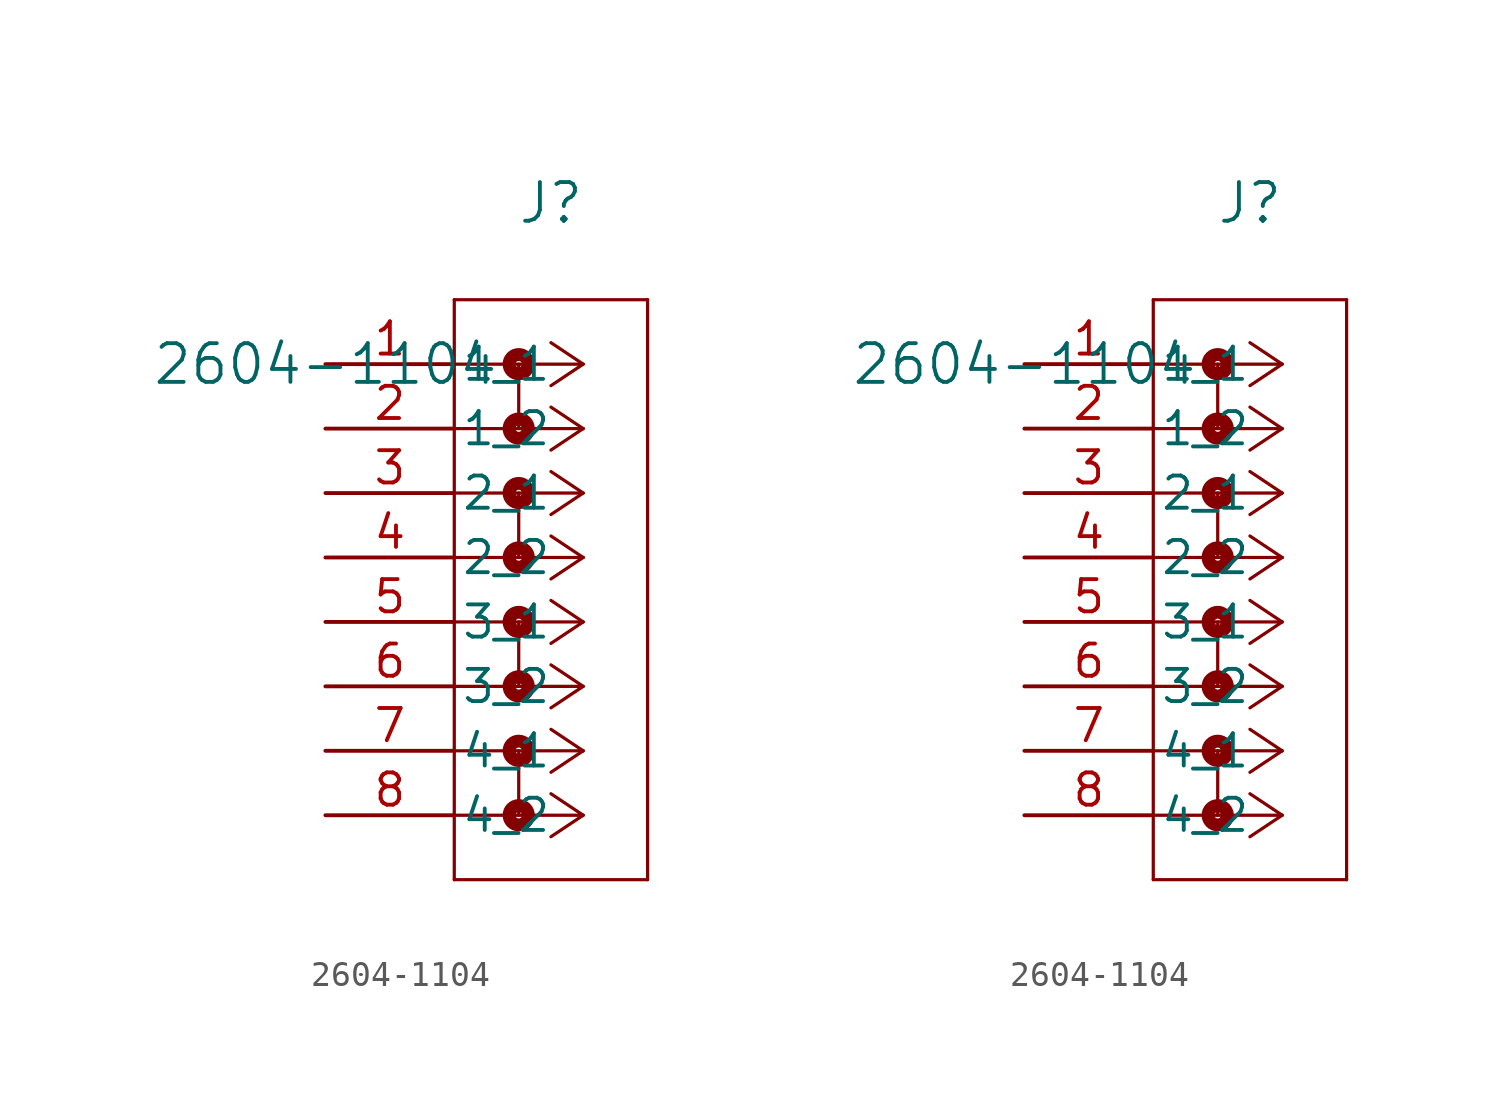
<source format=kicad_sym>
(kicad_symbol_lib
  (version 20211014)
  (generator kicad_symbol_editor)
  (symbol "2604-1104"
    (pin_names
      (offset 0.254))
    (property "Reference" "J"
      (at 8.89 6.35 0)
      (effects (font (size 1.524 1.524))))
    (property "Value" "2604-1104"
      (at 0 0 0)
      (effects (font (size 1.524 1.524))))
    (symbol "2604-1104_1_1"
      (polyline (pts (xy 10.16 0) (xy 5.08 0)) (stroke (width 0.127) (type default) (color 0 0 0 0)) (fill (type none)))
      (polyline (pts (xy 10.16 -2.54) (xy 5.08 -2.54)) (stroke (width 0.127) (type default) (color 0 0 0 0)) (fill (type none)))
      (polyline (pts (xy 10.16 -5.08) (xy 5.08 -5.08)) (stroke (width 0.127) (type default) (color 0 0 0 0)) (fill (type none)))
      (polyline (pts (xy 10.16 -7.62) (xy 5.08 -7.62)) (stroke (width 0.127) (type default) (color 0 0 0 0)) (fill (type none)))
      (polyline (pts (xy 10.16 -10.16) (xy 5.08 -10.16)) (stroke (width 0.127) (type default) (color 0 0 0 0)) (fill (type none)))
      (polyline (pts (xy 10.16 -12.7) (xy 5.08 -12.7)) (stroke (width 0.127) (type default) (color 0 0 0 0)) (fill (type none)))
      (polyline (pts (xy 10.16 -15.24) (xy 5.08 -15.24)) (stroke (width 0.127) (type default) (color 0 0 0 0)) (fill (type none)))
      (polyline (pts (xy 10.16 -17.78) (xy 5.08 -17.78)) (stroke (width 0.127) (type default) (color 0 0 0 0)) (fill (type none)))
      (polyline (pts (xy 10.16 0) (xy 8.89 0.847)) (stroke (width 0.127) (type default) (color 0 0 0 0)) (fill (type none)))
      (polyline (pts (xy 10.16 -2.54) (xy 8.89 -1.693)) (stroke (width 0.127) (type default) (color 0 0 0 0)) (fill (type none)))
      (polyline (pts (xy 10.16 -5.08) (xy 8.89 -4.233)) (stroke (width 0.127) (type default) (color 0 0 0 0)) (fill (type none)))
      (polyline (pts (xy 10.16 -7.62) (xy 8.89 -6.773)) (stroke (width 0.127) (type default) (color 0 0 0 0)) (fill (type none)))
      (polyline (pts (xy 10.16 -10.16) (xy 8.89 -9.313)) (stroke (width 0.127) (type default) (color 0 0 0 0)) (fill (type none)))
      (polyline (pts (xy 10.16 -12.7) (xy 8.89 -11.853)) (stroke (width 0.127) (type default) (color 0 0 0 0)) (fill (type none)))
      (polyline (pts (xy 10.16 -15.24) (xy 8.89 -14.393)) (stroke (width 0.127) (type default) (color 0 0 0 0)) (fill (type none)))
      (polyline (pts (xy 10.16 -17.78) (xy 8.89 -16.933)) (stroke (width 0.127) (type default) (color 0 0 0 0)) (fill (type none)))
      (polyline (pts (xy 10.16 0) (xy 8.89 -0.847)) (stroke (width 0.127) (type default) (color 0 0 0 0)) (fill (type none)))
      (polyline (pts (xy 10.16 -2.54) (xy 8.89 -3.387)) (stroke (width 0.127) (type default) (color 0 0 0 0)) (fill (type none)))
      (polyline (pts (xy 10.16 -5.08) (xy 8.89 -5.927)) (stroke (width 0.127) (type default) (color 0 0 0 0)) (fill (type none)))
      (polyline (pts (xy 10.16 -7.62) (xy 8.89 -8.467)) (stroke (width 0.127) (type default) (color 0 0 0 0)) (fill (type none)))
      (polyline (pts (xy 10.16 -10.16) (xy 8.89 -11.007)) (stroke (width 0.127) (type default) (color 0 0 0 0)) (fill (type none)))
      (polyline (pts (xy 10.16 -12.7) (xy 8.89 -13.547)) (stroke (width 0.127) (type default) (color 0 0 0 0)) (fill (type none)))
      (polyline (pts (xy 10.16 -15.24) (xy 8.89 -16.087)) (stroke (width 0.127) (type default) (color 0 0 0 0)) (fill (type none)))
      (polyline (pts (xy 10.16 -17.78) (xy 8.89 -18.627)) (stroke (width 0.127) (type default) (color 0 0 0 0)) (fill (type none)))
      (polyline (pts (xy 5.08 2.54) (xy 5.08 -20.32)) (stroke (width 0.127) (type default) (color 0 0 0 0)) (fill (type none)))
      (polyline (pts (xy 5.08 -20.32) (xy 12.7 -20.32)) (stroke (width 0.127) (type default) (color 0 0 0 0)) (fill (type none)))
      (polyline (pts (xy 12.7 -20.32) (xy 12.7 2.54)) (stroke (width 0.127) (type default) (color 0 0 0 0)) (fill (type none)))
      (polyline (pts (xy 12.7 2.54) (xy 5.08 2.54)) (stroke (width 0.127) (type default) (color 0 0 0 0)) (fill (type none)))
      (circle (center 7.62 0) (radius 0.127) (stroke (width 0.508) (type default) (color 0 0 0 0)) (fill (type none)))
      (polyline (pts (xy 7.62 0) (xy 7.62 -2.54)) (stroke (width 0.127) (type default) (color 0 0 0 0)) (fill (type none)))
      (circle (center 7.62 -2.54) (radius 0.127) (stroke (width 0.508) (type default) (color 0 0 0 0)) (fill (type none)))
      (circle (center 7.62 -5.08) (radius 0.127) (stroke (width 0.508) (type default) (color 0 0 0 0)) (fill (type none)))
      (polyline (pts (xy 7.62 -5.08) (xy 7.62 -7.62)) (stroke (width 0.127) (type default) (color 0 0 0 0)) (fill (type none)))
      (circle (center 7.62 -7.62) (radius 0.127) (stroke (width 0.508) (type default) (color 0 0 0 0)) (fill (type none)))
      (circle (center 7.62 -10.16) (radius 0.127) (stroke (width 0.508) (type default) (color 0 0 0 0)) (fill (type none)))
      (polyline (pts (xy 7.62 -10.16) (xy 7.62 -12.7)) (stroke (width 0.127) (type default) (color 0 0 0 0)) (fill (type none)))
      (circle (center 7.62 -12.7) (radius 0.127) (stroke (width 0.508) (type default) (color 0 0 0 0)) (fill (type none)))
      (circle (center 7.62 -15.24) (radius 0.127) (stroke (width 0.508) (type default) (color 0 0 0 0)) (fill (type none)))
      (polyline (pts (xy 7.62 -15.24) (xy 7.62 -17.78)) (stroke (width 0.127) (type default) (color 0 0 0 0)) (fill (type none)))
      (circle (center 7.62 -17.78) (radius 0.127) (stroke (width 0.508) (type default) (color 0 0 0 0)) (fill (type none)))
      (pin unspecified line (at 0 0 0) (length 5.08) (name "1_1" (effects (font (size 1.27 1.27)))) (number "1" (effects (font (size 1.27 1.27)))))
      (pin unspecified line (at 0 -2.54 0) (length 5.08) (name "1_2" (effects (font (size 1.27 1.27)))) (number "2" (effects (font (size 1.27 1.27)))))
      (pin unspecified line (at 0 -5.08 0) (length 5.08) (name "2_1" (effects (font (size 1.27 1.27)))) (number "3" (effects (font (size 1.27 1.27)))))
      (pin unspecified line (at 0 -7.62 0) (length 5.08) (name "2_2" (effects (font (size 1.27 1.27)))) (number "4" (effects (font (size 1.27 1.27)))))
      (pin unspecified line (at 0 -10.16 0) (length 5.08) (name "3_1" (effects (font (size 1.27 1.27)))) (number "5" (effects (font (size 1.27 1.27)))))
      (pin unspecified line (at 0 -12.7 0) (length 5.08) (name "3_2" (effects (font (size 1.27 1.27)))) (number "6" (effects (font (size 1.27 1.27)))))
      (pin unspecified line (at 0 -15.24 0) (length 5.08) (name "4_1" (effects (font (size 1.27 1.27)))) (number "7" (effects (font (size 1.27 1.27)))))
      (pin unspecified line (at 0 -17.78 0) (length 5.08) (name "4_2" (effects (font (size 1.27 1.27)))) (number "8" (effects (font (size 1.27 1.27))))))
    (symbol "2604-1104_1_2"
      (polyline (pts (xy 10.16 0) (xy 5.08 0)) (stroke (width 0.127) (type default) (color 0 0 0 0)) (fill (type none)))
      (polyline (pts (xy 10.16 -2.54) (xy 5.08 -2.54)) (stroke (width 0.127) (type default) (color 0 0 0 0)) (fill (type none)))
      (polyline (pts (xy 10.16 -5.08) (xy 5.08 -5.08)) (stroke (width 0.127) (type default) (color 0 0 0 0)) (fill (type none)))
      (polyline (pts (xy 10.16 -7.62) (xy 5.08 -7.62)) (stroke (width 0.127) (type default) (color 0 0 0 0)) (fill (type none)))
      (polyline (pts (xy 10.16 -10.16) (xy 5.08 -10.16)) (stroke (width 0.127) (type default) (color 0 0 0 0)) (fill (type none)))
      (polyline (pts (xy 10.16 -12.7) (xy 5.08 -12.7)) (stroke (width 0.127) (type default) (color 0 0 0 0)) (fill (type none)))
      (polyline (pts (xy 10.16 -15.24) (xy 5.08 -15.24)) (stroke (width 0.127) (type default) (color 0 0 0 0)) (fill (type none)))
      (polyline (pts (xy 10.16 -17.78) (xy 5.08 -17.78)) (stroke (width 0.127) (type default) (color 0 0 0 0)) (fill (type none)))
      (polyline (pts (xy 10.16 0) (xy 8.89 0.847)) (stroke (width 0.127) (type default) (color 0 0 0 0)) (fill (type none)))
      (polyline (pts (xy 10.16 -2.54) (xy 8.89 -1.693)) (stroke (width 0.127) (type default) (color 0 0 0 0)) (fill (type none)))
      (polyline (pts (xy 10.16 -5.08) (xy 8.89 -4.233)) (stroke (width 0.127) (type default) (color 0 0 0 0)) (fill (type none)))
      (polyline (pts (xy 10.16 -7.62) (xy 8.89 -6.773)) (stroke (width 0.127) (type default) (color 0 0 0 0)) (fill (type none)))
      (polyline (pts (xy 10.16 -10.16) (xy 8.89 -9.313)) (stroke (width 0.127) (type default) (color 0 0 0 0)) (fill (type none)))
      (polyline (pts (xy 10.16 -12.7) (xy 8.89 -11.853)) (stroke (width 0.127) (type default) (color 0 0 0 0)) (fill (type none)))
      (polyline (pts (xy 10.16 -15.24) (xy 8.89 -14.393)) (stroke (width 0.127) (type default) (color 0 0 0 0)) (fill (type none)))
      (polyline (pts (xy 10.16 -17.78) (xy 8.89 -16.933)) (stroke (width 0.127) (type default) (color 0 0 0 0)) (fill (type none)))
      (polyline (pts (xy 10.16 0) (xy 8.89 -0.847)) (stroke (width 0.127) (type default) (color 0 0 0 0)) (fill (type none)))
      (polyline (pts (xy 10.16 -2.54) (xy 8.89 -3.387)) (stroke (width 0.127) (type default) (color 0 0 0 0)) (fill (type none)))
      (polyline (pts (xy 10.16 -5.08) (xy 8.89 -5.927)) (stroke (width 0.127) (type default) (color 0 0 0 0)) (fill (type none)))
      (polyline (pts (xy 10.16 -7.62) (xy 8.89 -8.467)) (stroke (width 0.127) (type default) (color 0 0 0 0)) (fill (type none)))
      (polyline (pts (xy 10.16 -10.16) (xy 8.89 -11.007)) (stroke (width 0.127) (type default) (color 0 0 0 0)) (fill (type none)))
      (polyline (pts (xy 10.16 -12.7) (xy 8.89 -13.547)) (stroke (width 0.127) (type default) (color 0 0 0 0)) (fill (type none)))
      (polyline (pts (xy 10.16 -15.24) (xy 8.89 -16.087)) (stroke (width 0.127) (type default) (color 0 0 0 0)) (fill (type none)))
      (polyline (pts (xy 10.16 -17.78) (xy 8.89 -18.627)) (stroke (width 0.127) (type default) (color 0 0 0 0)) (fill (type none)))
      (polyline (pts (xy 5.08 2.54) (xy 5.08 -20.32)) (stroke (width 0.127) (type default) (color 0 0 0 0)) (fill (type none)))
      (polyline (pts (xy 5.08 -20.32) (xy 12.7 -20.32)) (stroke (width 0.127) (type default) (color 0 0 0 0)) (fill (type none)))
      (polyline (pts (xy 12.7 -20.32) (xy 12.7 2.54)) (stroke (width 0.127) (type default) (color 0 0 0 0)) (fill (type none)))
      (polyline (pts (xy 12.7 2.54) (xy 5.08 2.54)) (stroke (width 0.127) (type default) (color 0 0 0 0)) (fill (type none)))
      (circle (center 7.62 0) (radius 0.127) (stroke (width 0.508) (type default) (color 0 0 0 0)) (fill (type none)))
      (polyline (pts (xy 7.62 0) (xy 7.62 -2.54)) (stroke (width 0.127) (type default) (color 0 0 0 0)) (fill (type none)))
      (circle (center 7.62 -2.54) (radius 0.127) (stroke (width 0.508) (type default) (color 0 0 0 0)) (fill (type none)))
      (circle (center 7.62 -5.08) (radius 0.127) (stroke (width 0.508) (type default) (color 0 0 0 0)) (fill (type none)))
      (polyline (pts (xy 7.62 -5.08) (xy 7.62 -7.62)) (stroke (width 0.127) (type default) (color 0 0 0 0)) (fill (type none)))
      (circle (center 7.62 -7.62) (radius 0.127) (stroke (width 0.508) (type default) (color 0 0 0 0)) (fill (type none)))
      (circle (center 7.62 -10.16) (radius 0.127) (stroke (width 0.508) (type default) (color 0 0 0 0)) (fill (type none)))
      (polyline (pts (xy 7.62 -10.16) (xy 7.62 -12.7)) (stroke (width 0.127) (type default) (color 0 0 0 0)) (fill (type none)))
      (circle (center 7.62 -12.7) (radius 0.127) (stroke (width 0.508) (type default) (color 0 0 0 0)) (fill (type none)))
      (circle (center 7.62 -15.24) (radius 0.127) (stroke (width 0.508) (type default) (color 0 0 0 0)) (fill (type none)))
      (polyline (pts (xy 7.62 -15.24) (xy 7.62 -17.78)) (stroke (width 0.127) (type default) (color 0 0 0 0)) (fill (type none)))
      (circle (center 7.62 -17.78) (radius 0.127) (stroke (width 0.508) (type default) (color 0 0 0 0)) (fill (type none)))
      (pin unspecified line (at 0 0 0) (length 5.08) (name "1_1" (effects (font (size 1.27 1.27)))) (number "1" (effects (font (size 1.27 1.27)))))
      (pin unspecified line (at 0 -2.54 0) (length 5.08) (name "1_2" (effects (font (size 1.27 1.27)))) (number "2" (effects (font (size 1.27 1.27)))))
      (pin unspecified line (at 0 -5.08 0) (length 5.08) (name "2_1" (effects (font (size 1.27 1.27)))) (number "3" (effects (font (size 1.27 1.27)))))
      (pin unspecified line (at 0 -7.62 0) (length 5.08) (name "2_2" (effects (font (size 1.27 1.27)))) (number "4" (effects (font (size 1.27 1.27)))))
      (pin unspecified line (at 0 -10.16 0) (length 5.08) (name "3_1" (effects (font (size 1.27 1.27)))) (number "5" (effects (font (size 1.27 1.27)))))
      (pin unspecified line (at 0 -12.7 0) (length 5.08) (name "3_2" (effects (font (size 1.27 1.27)))) (number "6" (effects (font (size 1.27 1.27)))))
      (pin unspecified line (at 0 -15.24 0) (length 5.08) (name "4_1" (effects (font (size 1.27 1.27)))) (number "7" (effects (font (size 1.27 1.27)))))
      (pin unspecified line (at 0 -17.78 0) (length 5.08) (name "4_2" (effects (font (size 1.27 1.27)))) (number "8" (effects (font (size 1.27 1.27))))))))
</source>
